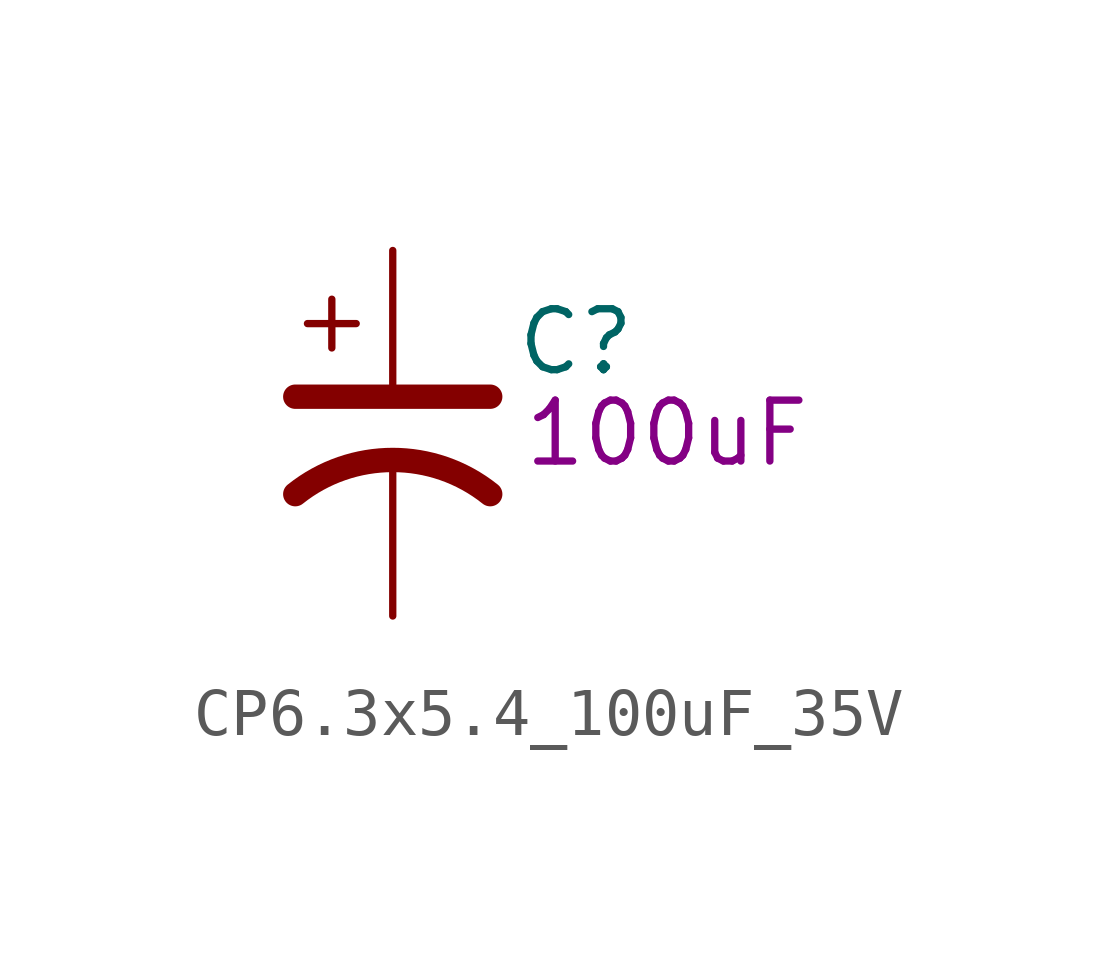
<source format=kicad_sym>
(kicad_symbol_lib
  (version 20211014)
  (generator kicad_symbol_editor)
  (symbol "CP6.3x5.4_100uF_35V"
    (pin_numbers hide)
    (pin_names
      (offset 0.254) hide)
    (property "Reference" "C"
      (at 2.54 1.905 0)
      (effects (font (size 1.27 1.27)) (justify left)))
    (property "Symbol" "100uF"
      (at 5.715 0 0)
      (effects (font (size 1.27 1.27))))
    (symbol "CP6.3x5.4_100uF_35V_0_1"
      (polyline (pts (xy -2.032 0.762) (xy 2.032 0.762)) (stroke (width 0.508) (type default) (color 0 0 0 0)) (fill (type none)))
      (polyline (pts (xy -1.778 2.286) (xy -0.762 2.286)) (stroke (width 0) (type default) (color 0 0 0 0)) (fill (type none)))
      (polyline (pts (xy -1.27 1.778) (xy -1.27 2.794)) (stroke (width 0) (type default) (color 0 0 0 0)) (fill (type none)))
      (arc (start 2.032 -1.27) (mid 0 -0.5572) (end -2.032 -1.27) (stroke (width 0.508) (type default) (color 0 0 0 0)) (fill (type none))))
    (symbol "CP6.3x5.4_100uF_35V_1_1"
      (pin passive line (at 0 3.81 270) (length 2.794) (name "~" (effects (font (size 1.27 1.27)))) (number "1" (effects (font (size 1.27 1.27)))))
      (pin passive line (at 0 -3.81 90) (length 3.302) (name "~" (effects (font (size 1.27 1.27)))) (number "2" (effects (font (size 1.27 1.27))))))))
</source>
